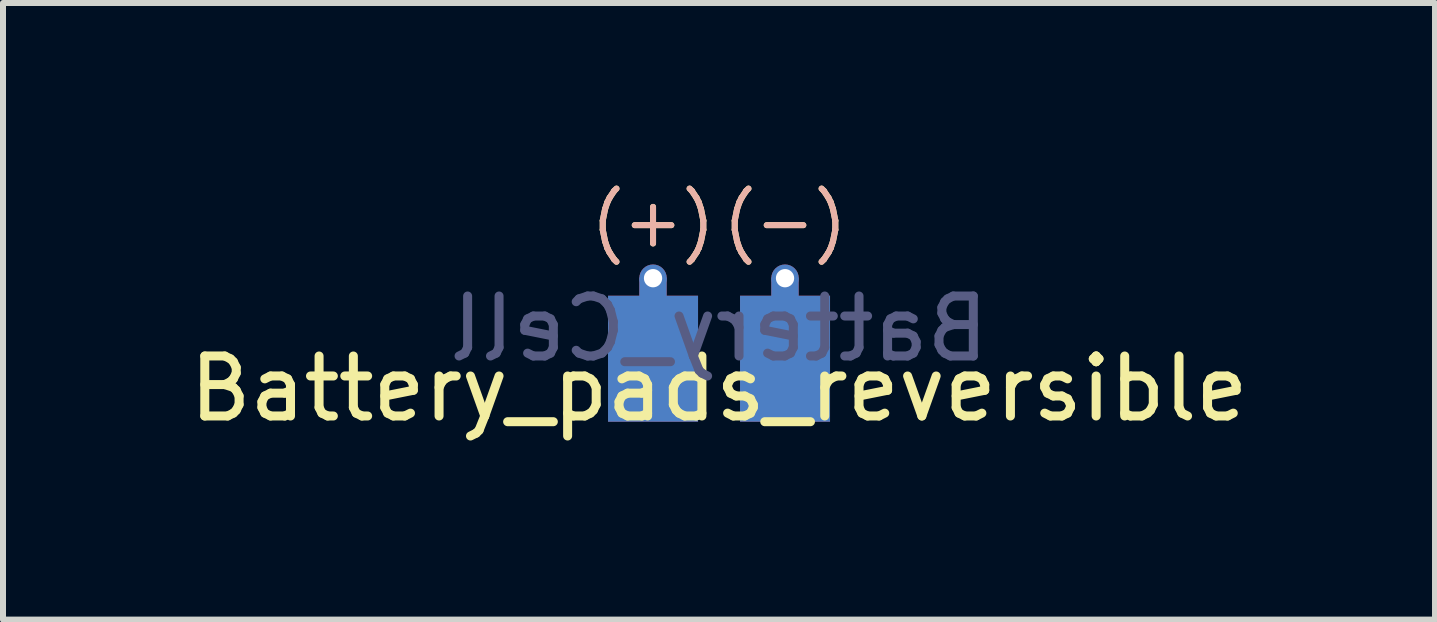
<source format=kicad_pcb>
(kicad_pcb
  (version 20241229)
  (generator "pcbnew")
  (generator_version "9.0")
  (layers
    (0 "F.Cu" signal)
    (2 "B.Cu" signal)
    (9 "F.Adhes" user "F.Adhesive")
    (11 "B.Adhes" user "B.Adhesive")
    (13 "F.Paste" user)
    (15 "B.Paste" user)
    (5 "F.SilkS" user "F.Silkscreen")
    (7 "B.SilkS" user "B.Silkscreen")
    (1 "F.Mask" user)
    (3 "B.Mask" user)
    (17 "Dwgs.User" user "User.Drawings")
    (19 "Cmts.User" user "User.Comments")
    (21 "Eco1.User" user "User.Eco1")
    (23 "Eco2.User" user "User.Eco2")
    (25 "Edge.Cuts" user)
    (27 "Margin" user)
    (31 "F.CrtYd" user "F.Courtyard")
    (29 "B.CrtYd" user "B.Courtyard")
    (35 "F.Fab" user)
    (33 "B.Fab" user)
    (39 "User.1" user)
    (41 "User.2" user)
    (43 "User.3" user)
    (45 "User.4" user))
  (footprint "Battery_pads_reversible"
    (layer "F.Cu")
    (at 8.935 2.929)
    (property "Reference" "Battery_pads_reversible" (at 0 0.5 0) (layer "F.SilkS") (effects (font (size 1 1) (thickness 0.15))))
    (fp_poly (pts (xy -0.401 -1) (xy -0.401 1) (xy -1.801 1) (xy -1.801 -1)) (stroke (width 0.1) (type solid)) (fill yes) (layer "F.Mask"))
    (fp_poly (pts (xy 1.8 -1) (xy 1.8 1) (xy 0.4 1) (xy 0.4 -1)) (stroke (width 0.1) (type solid)) (fill yes) (layer "F.Mask"))
    (fp_poly (pts (xy -1.8 -1) (xy -1.8 1) (xy -0.4 1) (xy -0.4 -1)) (stroke (width 0.1) (type solid)) (fill yes) (layer "B.Mask"))
    (fp_poly (pts (xy 0.4 -1) (xy 0.4 1) (xy 1.8 1) (xy 1.8 -1)) (stroke (width 0.1) (type solid)) (fill yes) (layer "B.Mask"))
    (fp_text user "(-)" (at 1.1 -2.286 0) (layer "F.SilkS") (effects (font (size 0.8 0.8) (thickness 0.1))))
    (fp_text user "(+)" (at -1.1 -2.286 0) (layer "F.SilkS") (effects (font (size 0.8 0.8) (thickness 0.1))))
    (fp_text user "(+)" (at -1.1 -2.286 0) (layer "B.SilkS") (effects (font (size 0.8 0.8) (thickness 0.1)) (justify mirror)))
    (fp_text user "(-)" (at 1.1 -2.286 0) (layer "B.SilkS") (effects (font (size 0.8 0.8) (thickness 0.1)) (justify mirror)))
    (fp_text user "Battery_Cell" (at 0 -0.5 0) (layer "B.Fab") (effects (font (size 1 1) (thickness 0.15)) (justify mirror)))
    (pad "1" thru_hole circle (at -1.1 -1.342) (size 0.457 0.457) (drill 0.305) (layers "*.Cu"))
    (pad "1" smd custom (at -1.1 0 180) (size 1.5 2.1) (layers "F.Cu") (options (anchor rect)) (primitives (gr_poly (pts (xy 0.179 1.335) (xy -0.177 1.335) (xy -0.177 0.762) (xy 0.179 0.762)) (width 0.1) (fill yes))))
    (pad "1" smd custom (at -1.1 0) (size 1.5 2.1) (layers "B.Cu") (options (anchor rect)) (primitives (gr_poly (pts (xy 0.177 -0.762) (xy -0.179 -0.762) (xy -0.179 -1.335) (xy 0.177 -1.335)) (width 0.1) (fill yes))))
    (pad "2" thru_hole circle (at 1.1 -1.342) (size 0.457 0.457) (drill 0.305) (layers "*.Cu"))
    (pad "2" smd custom (at 1.1 0 180) (size 1.5 2.1) (layers "F.Cu") (options (anchor rect)) (primitives (gr_poly (pts (xy 0.179 1.335) (xy -0.177 1.335) (xy -0.177 0.762) (xy 0.179 0.762)) (width 0.1) (fill yes))))
    (pad "2" smd custom (at 1.1 0) (size 1.5 2.1) (layers "B.Cu") (options (anchor rect)) (primitives (gr_poly (pts (xy 0.177 -0.762) (xy -0.179 -0.762) (xy -0.179 -1.335) (xy 0.177 -1.335)) (width 0.1) (fill yes)))))
  (gr_rect
    (start -3 -3)
    (end 20.869 7.278)
    (stroke (width 0.1) (type default))
    (fill no)
    (layer "Edge.Cuts")))
</source>
